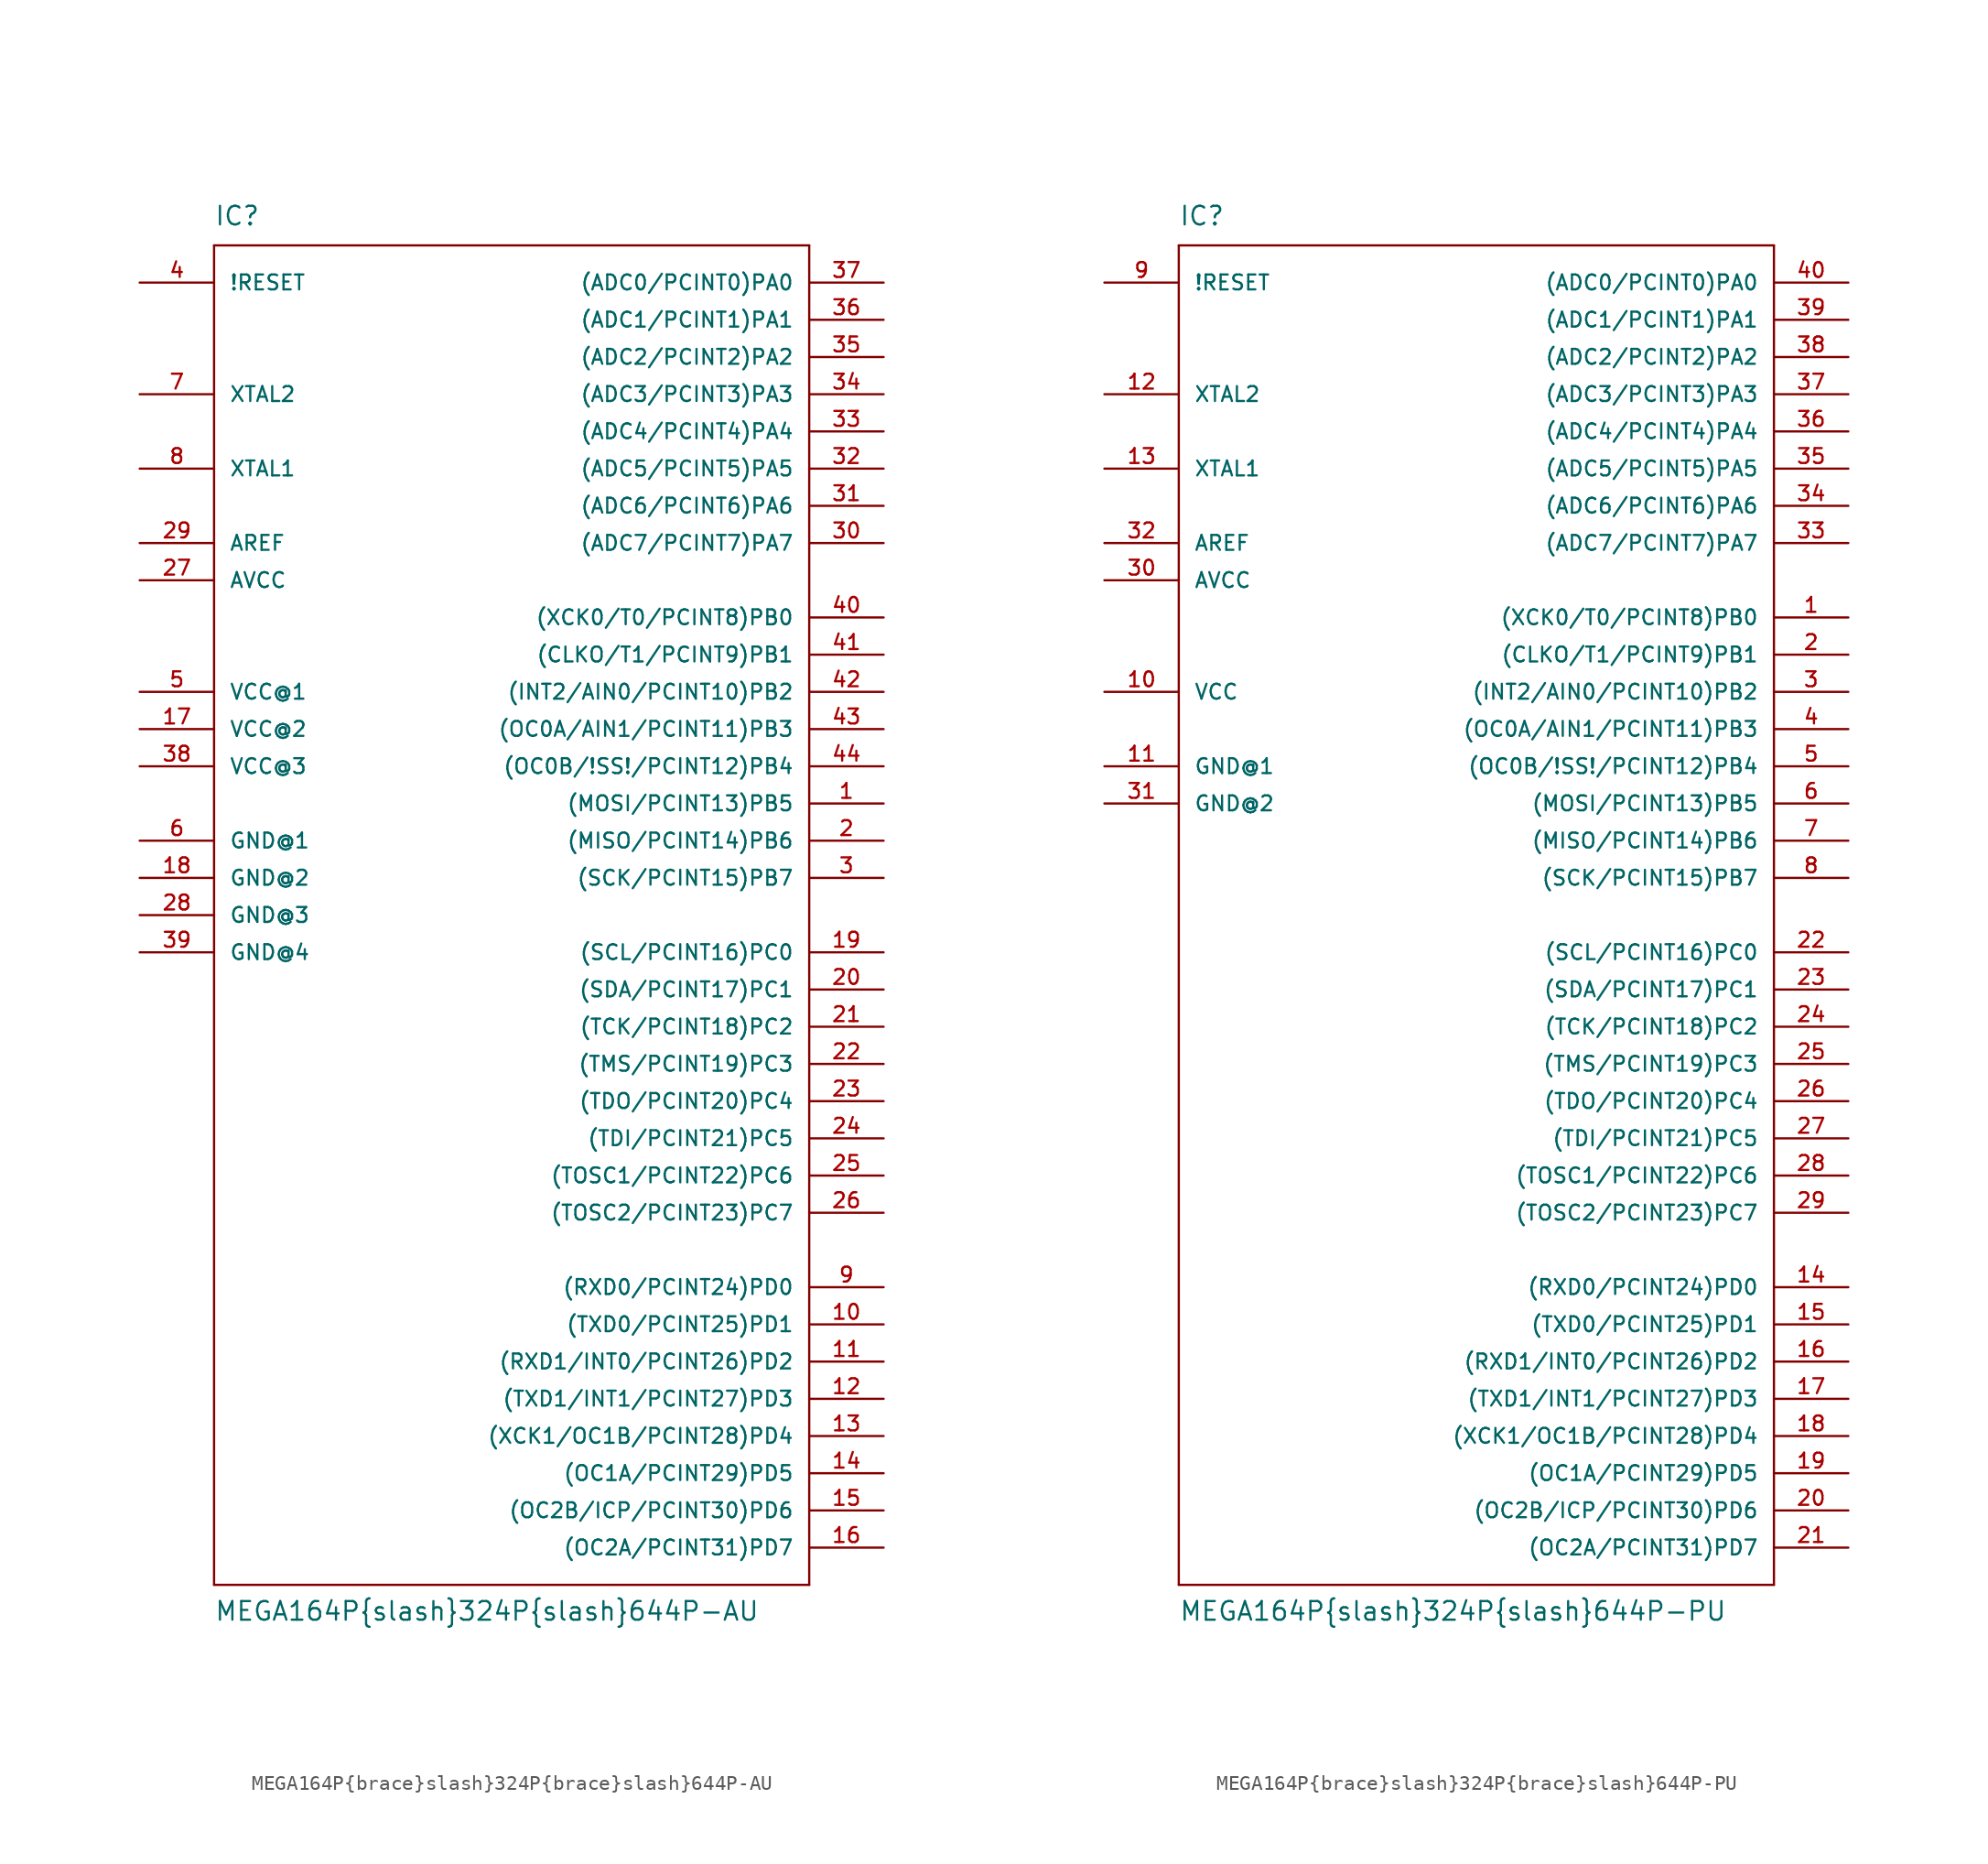
<source format=kicad_sym>
(kicad_symbol_lib
  (version 20211014)
  (generator kicad_symbol_editor)
  (symbol "MEGA164P{brace}slash}324P{brace}slash}644P-AU"
    (pin_names
      (offset 1.016))
    (property "Reference" "IC"
      (at -20.32 46.99 0)
      (effects (font (size 1.27 1.27)) (justify left bottom)))
    (property "Value" "MEGA164P{brace}slash}324P{brace}slash}644P-AU"
      (at -20.32 -48.26 0)
      (effects (font (size 1.27 1.27)) (justify left bottom)))
    (property "Footprint" ""
      (at 0 0 0)
      (effects (font (size 1.524 1.524))))
    (property "Datasheet" ""
      (at 0 0 0)
      (effects (font (size 1.524 1.524))))
    (property "ki_locked" ""
      (at 0 0 0)
      (effects (font (size 1.27 1.27))))
    (symbol "MEGA164P{brace}slash}324P{brace}slash}644P-AU_1_0"
      (polyline (pts (xy -20.32 -45.72) (xy -20.32 45.72)) (stroke (width 0) (type default) (color 0 0 0 0)) (fill (type none)))
      (polyline (pts (xy -20.32 45.72) (xy 20.32 45.72)) (stroke (width 0) (type default) (color 0 0 0 0)) (fill (type none)))
      (polyline (pts (xy 20.32 -45.72) (xy -20.32 -45.72)) (stroke (width 0) (type default) (color 0 0 0 0)) (fill (type none)))
      (polyline (pts (xy 20.32 45.72) (xy 20.32 -45.72)) (stroke (width 0) (type default) (color 0 0 0 0)) (fill (type none))))
    (symbol "MEGA164P{brace}slash}324P{brace}slash}644P-AU_1_1"
      (pin bidirectional line (at 25.4 7.62 180) (length 5.08) (name "(MOSI/PCINT13)PB5" (effects (font (size 1.016 1.016)))) (number "1" (effects (font (size 1.016 1.016)))))
      (pin bidirectional line (at 25.4 -27.94 180) (length 5.08) (name "(TXD0/PCINT25)PD1" (effects (font (size 1.016 1.016)))) (number "10" (effects (font (size 1.016 1.016)))))
      (pin bidirectional line (at 25.4 -30.48 180) (length 5.08) (name "(RXD1/INT0/PCINT26)PD2" (effects (font (size 1.016 1.016)))) (number "11" (effects (font (size 1.016 1.016)))))
      (pin bidirectional line (at 25.4 -33.02 180) (length 5.08) (name "(TXD1/INT1/PCINT27)PD3" (effects (font (size 1.016 1.016)))) (number "12" (effects (font (size 1.016 1.016)))))
      (pin bidirectional line (at 25.4 -35.56 180) (length 5.08) (name "(XCK1/OC1B/PCINT28)PD4" (effects (font (size 1.016 1.016)))) (number "13" (effects (font (size 1.016 1.016)))))
      (pin bidirectional line (at 25.4 -38.1 180) (length 5.08) (name "(OC1A/PCINT29)PD5" (effects (font (size 1.016 1.016)))) (number "14" (effects (font (size 1.016 1.016)))))
      (pin bidirectional line (at 25.4 -40.64 180) (length 5.08) (name "(OC2B/ICP/PCINT30)PD6" (effects (font (size 1.016 1.016)))) (number "15" (effects (font (size 1.016 1.016)))))
      (pin bidirectional line (at 25.4 -43.18 180) (length 5.08) (name "(OC2A/PCINT31)PD7" (effects (font (size 1.016 1.016)))) (number "16" (effects (font (size 1.016 1.016)))))
      (pin power_in line (at -25.4 12.7 0) (length 5.08) (name "VCC@2" (effects (font (size 1.016 1.016)))) (number "17" (effects (font (size 1.016 1.016)))))
      (pin power_in line (at -25.4 2.54 0) (length 5.08) (name "GND@2" (effects (font (size 1.016 1.016)))) (number "18" (effects (font (size 1.016 1.016)))))
      (pin bidirectional line (at 25.4 -2.54 180) (length 5.08) (name "(SCL/PCINT16)PC0" (effects (font (size 1.016 1.016)))) (number "19" (effects (font (size 1.016 1.016)))))
      (pin bidirectional line (at 25.4 5.08 180) (length 5.08) (name "(MISO/PCINT14)PB6" (effects (font (size 1.016 1.016)))) (number "2" (effects (font (size 1.016 1.016)))))
      (pin bidirectional line (at 25.4 -5.08 180) (length 5.08) (name "(SDA/PCINT17)PC1" (effects (font (size 1.016 1.016)))) (number "20" (effects (font (size 1.016 1.016)))))
      (pin bidirectional line (at 25.4 -7.62 180) (length 5.08) (name "(TCK/PCINT18)PC2" (effects (font (size 1.016 1.016)))) (number "21" (effects (font (size 1.016 1.016)))))
      (pin bidirectional line (at 25.4 -10.16 180) (length 5.08) (name "(TMS/PCINT19)PC3" (effects (font (size 1.016 1.016)))) (number "22" (effects (font (size 1.016 1.016)))))
      (pin bidirectional line (at 25.4 -12.7 180) (length 5.08) (name "(TDO/PCINT20)PC4" (effects (font (size 1.016 1.016)))) (number "23" (effects (font (size 1.016 1.016)))))
      (pin bidirectional line (at 25.4 -15.24 180) (length 5.08) (name "(TDI/PCINT21)PC5" (effects (font (size 1.016 1.016)))) (number "24" (effects (font (size 1.016 1.016)))))
      (pin bidirectional line (at 25.4 -17.78 180) (length 5.08) (name "(TOSC1/PCINT22)PC6" (effects (font (size 1.016 1.016)))) (number "25" (effects (font (size 1.016 1.016)))))
      (pin bidirectional line (at 25.4 -20.32 180) (length 5.08) (name "(TOSC2/PCINT23)PC7" (effects (font (size 1.016 1.016)))) (number "26" (effects (font (size 1.016 1.016)))))
      (pin power_in line (at -25.4 22.86 0) (length 5.08) (name "AVCC" (effects (font (size 1.016 1.016)))) (number "27" (effects (font (size 1.016 1.016)))))
      (pin power_in line (at -25.4 0 0) (length 5.08) (name "GND@3" (effects (font (size 1.016 1.016)))) (number "28" (effects (font (size 1.016 1.016)))))
      (pin power_in line (at -25.4 25.4 0) (length 5.08) (name "AREF" (effects (font (size 1.016 1.016)))) (number "29" (effects (font (size 1.016 1.016)))))
      (pin bidirectional line (at 25.4 2.54 180) (length 5.08) (name "(SCK/PCINT15)PB7" (effects (font (size 1.016 1.016)))) (number "3" (effects (font (size 1.016 1.016)))))
      (pin bidirectional line (at 25.4 25.4 180) (length 5.08) (name "(ADC7/PCINT7)PA7" (effects (font (size 1.016 1.016)))) (number "30" (effects (font (size 1.016 1.016)))))
      (pin bidirectional line (at 25.4 27.94 180) (length 5.08) (name "(ADC6/PCINT6)PA6" (effects (font (size 1.016 1.016)))) (number "31" (effects (font (size 1.016 1.016)))))
      (pin bidirectional line (at 25.4 30.48 180) (length 5.08) (name "(ADC5/PCINT5)PA5" (effects (font (size 1.016 1.016)))) (number "32" (effects (font (size 1.016 1.016)))))
      (pin bidirectional line (at 25.4 33.02 180) (length 5.08) (name "(ADC4/PCINT4)PA4" (effects (font (size 1.016 1.016)))) (number "33" (effects (font (size 1.016 1.016)))))
      (pin bidirectional line (at 25.4 35.56 180) (length 5.08) (name "(ADC3/PCINT3)PA3" (effects (font (size 1.016 1.016)))) (number "34" (effects (font (size 1.016 1.016)))))
      (pin bidirectional line (at 25.4 38.1 180) (length 5.08) (name "(ADC2/PCINT2)PA2" (effects (font (size 1.016 1.016)))) (number "35" (effects (font (size 1.016 1.016)))))
      (pin bidirectional line (at 25.4 40.64 180) (length 5.08) (name "(ADC1/PCINT1)PA1" (effects (font (size 1.016 1.016)))) (number "36" (effects (font (size 1.016 1.016)))))
      (pin bidirectional line (at 25.4 43.18 180) (length 5.08) (name "(ADC0/PCINT0)PA0" (effects (font (size 1.016 1.016)))) (number "37" (effects (font (size 1.016 1.016)))))
      (pin power_in line (at -25.4 10.16 0) (length 5.08) (name "VCC@3" (effects (font (size 1.016 1.016)))) (number "38" (effects (font (size 1.016 1.016)))))
      (pin power_in line (at -25.4 -2.54 0) (length 5.08) (name "GND@4" (effects (font (size 1.016 1.016)))) (number "39" (effects (font (size 1.016 1.016)))))
      (pin input line (at -25.4 43.18 0) (length 5.08) (name "!RESET" (effects (font (size 1.016 1.016)))) (number "4" (effects (font (size 1.016 1.016)))))
      (pin bidirectional line (at 25.4 20.32 180) (length 5.08) (name "(XCK0/T0/PCINT8)PB0" (effects (font (size 1.016 1.016)))) (number "40" (effects (font (size 1.016 1.016)))))
      (pin bidirectional line (at 25.4 17.78 180) (length 5.08) (name "(CLKO/T1/PCINT9)PB1" (effects (font (size 1.016 1.016)))) (number "41" (effects (font (size 1.016 1.016)))))
      (pin bidirectional line (at 25.4 15.24 180) (length 5.08) (name "(INT2/AIN0/PCINT10)PB2" (effects (font (size 1.016 1.016)))) (number "42" (effects (font (size 1.016 1.016)))))
      (pin bidirectional line (at 25.4 12.7 180) (length 5.08) (name "(OC0A/AIN1/PCINT11)PB3" (effects (font (size 1.016 1.016)))) (number "43" (effects (font (size 1.016 1.016)))))
      (pin bidirectional line (at 25.4 10.16 180) (length 5.08) (name "(OC0B/!SS!/PCINT12)PB4" (effects (font (size 1.016 1.016)))) (number "44" (effects (font (size 1.016 1.016)))))
      (pin power_in line (at -25.4 15.24 0) (length 5.08) (name "VCC@1" (effects (font (size 1.016 1.016)))) (number "5" (effects (font (size 1.016 1.016)))))
      (pin power_in line (at -25.4 5.08 0) (length 5.08) (name "GND@1" (effects (font (size 1.016 1.016)))) (number "6" (effects (font (size 1.016 1.016)))))
      (pin output line (at -25.4 35.56 0) (length 5.08) (name "XTAL2" (effects (font (size 1.016 1.016)))) (number "7" (effects (font (size 1.016 1.016)))))
      (pin input line (at -25.4 30.48 0) (length 5.08) (name "XTAL1" (effects (font (size 1.016 1.016)))) (number "8" (effects (font (size 1.016 1.016)))))
      (pin bidirectional line (at 25.4 -25.4 180) (length 5.08) (name "(RXD0/PCINT24)PD0" (effects (font (size 1.016 1.016)))) (number "9" (effects (font (size 1.016 1.016)))))))
  (symbol "MEGA164P{brace}slash}324P{brace}slash}644P-PU"
    (pin_names
      (offset 1.016))
    (property "Reference" "IC"
      (at -20.32 46.99 0)
      (effects (font (size 1.27 1.27)) (justify left bottom)))
    (property "Value" "MEGA164P{brace}slash}324P{brace}slash}644P-PU"
      (at -20.32 -48.26 0)
      (effects (font (size 1.27 1.27)) (justify left bottom)))
    (property "Datasheet" ""
      (at 0 0 0)
      (effects (font (size 1.524 1.524))))
    (property "ki_locked" ""
      (at 0 0 0)
      (effects (font (size 1.27 1.27))))
    (symbol "MEGA164P{brace}slash}324P{brace}slash}644P-PU_1_0"
      (polyline (pts (xy -20.32 -45.72) (xy -20.32 45.72)) (stroke (width 0) (type default) (color 0 0 0 0)) (fill (type none)))
      (polyline (pts (xy -20.32 45.72) (xy 20.32 45.72)) (stroke (width 0) (type default) (color 0 0 0 0)) (fill (type none)))
      (polyline (pts (xy 20.32 -45.72) (xy -20.32 -45.72)) (stroke (width 0) (type default) (color 0 0 0 0)) (fill (type none)))
      (polyline (pts (xy 20.32 45.72) (xy 20.32 -45.72)) (stroke (width 0) (type default) (color 0 0 0 0)) (fill (type none))))
    (symbol "MEGA164P{brace}slash}324P{brace}slash}644P-PU_1_1"
      (pin bidirectional line (at 25.4 20.32 180) (length 5.08) (name "(XCK0/T0/PCINT8)PB0" (effects (font (size 1.016 1.016)))) (number "1" (effects (font (size 1.016 1.016)))))
      (pin power_in line (at -25.4 15.24 0) (length 5.08) (name "VCC" (effects (font (size 1.016 1.016)))) (number "10" (effects (font (size 1.016 1.016)))))
      (pin power_in line (at -25.4 10.16 0) (length 5.08) (name "GND@1" (effects (font (size 1.016 1.016)))) (number "11" (effects (font (size 1.016 1.016)))))
      (pin output line (at -25.4 35.56 0) (length 5.08) (name "XTAL2" (effects (font (size 1.016 1.016)))) (number "12" (effects (font (size 1.016 1.016)))))
      (pin input line (at -25.4 30.48 0) (length 5.08) (name "XTAL1" (effects (font (size 1.016 1.016)))) (number "13" (effects (font (size 1.016 1.016)))))
      (pin bidirectional line (at 25.4 -25.4 180) (length 5.08) (name "(RXD0/PCINT24)PD0" (effects (font (size 1.016 1.016)))) (number "14" (effects (font (size 1.016 1.016)))))
      (pin bidirectional line (at 25.4 -27.94 180) (length 5.08) (name "(TXD0/PCINT25)PD1" (effects (font (size 1.016 1.016)))) (number "15" (effects (font (size 1.016 1.016)))))
      (pin bidirectional line (at 25.4 -30.48 180) (length 5.08) (name "(RXD1/INT0/PCINT26)PD2" (effects (font (size 1.016 1.016)))) (number "16" (effects (font (size 1.016 1.016)))))
      (pin bidirectional line (at 25.4 -33.02 180) (length 5.08) (name "(TXD1/INT1/PCINT27)PD3" (effects (font (size 1.016 1.016)))) (number "17" (effects (font (size 1.016 1.016)))))
      (pin bidirectional line (at 25.4 -35.56 180) (length 5.08) (name "(XCK1/OC1B/PCINT28)PD4" (effects (font (size 1.016 1.016)))) (number "18" (effects (font (size 1.016 1.016)))))
      (pin bidirectional line (at 25.4 -38.1 180) (length 5.08) (name "(OC1A/PCINT29)PD5" (effects (font (size 1.016 1.016)))) (number "19" (effects (font (size 1.016 1.016)))))
      (pin bidirectional line (at 25.4 17.78 180) (length 5.08) (name "(CLKO/T1/PCINT9)PB1" (effects (font (size 1.016 1.016)))) (number "2" (effects (font (size 1.016 1.016)))))
      (pin bidirectional line (at 25.4 -40.64 180) (length 5.08) (name "(OC2B/ICP/PCINT30)PD6" (effects (font (size 1.016 1.016)))) (number "20" (effects (font (size 1.016 1.016)))))
      (pin bidirectional line (at 25.4 -43.18 180) (length 5.08) (name "(OC2A/PCINT31)PD7" (effects (font (size 1.016 1.016)))) (number "21" (effects (font (size 1.016 1.016)))))
      (pin bidirectional line (at 25.4 -2.54 180) (length 5.08) (name "(SCL/PCINT16)PC0" (effects (font (size 1.016 1.016)))) (number "22" (effects (font (size 1.016 1.016)))))
      (pin bidirectional line (at 25.4 -5.08 180) (length 5.08) (name "(SDA/PCINT17)PC1" (effects (font (size 1.016 1.016)))) (number "23" (effects (font (size 1.016 1.016)))))
      (pin bidirectional line (at 25.4 -7.62 180) (length 5.08) (name "(TCK/PCINT18)PC2" (effects (font (size 1.016 1.016)))) (number "24" (effects (font (size 1.016 1.016)))))
      (pin bidirectional line (at 25.4 -10.16 180) (length 5.08) (name "(TMS/PCINT19)PC3" (effects (font (size 1.016 1.016)))) (number "25" (effects (font (size 1.016 1.016)))))
      (pin bidirectional line (at 25.4 -12.7 180) (length 5.08) (name "(TDO/PCINT20)PC4" (effects (font (size 1.016 1.016)))) (number "26" (effects (font (size 1.016 1.016)))))
      (pin bidirectional line (at 25.4 -15.24 180) (length 5.08) (name "(TDI/PCINT21)PC5" (effects (font (size 1.016 1.016)))) (number "27" (effects (font (size 1.016 1.016)))))
      (pin bidirectional line (at 25.4 -17.78 180) (length 5.08) (name "(TOSC1/PCINT22)PC6" (effects (font (size 1.016 1.016)))) (number "28" (effects (font (size 1.016 1.016)))))
      (pin bidirectional line (at 25.4 -20.32 180) (length 5.08) (name "(TOSC2/PCINT23)PC7" (effects (font (size 1.016 1.016)))) (number "29" (effects (font (size 1.016 1.016)))))
      (pin bidirectional line (at 25.4 15.24 180) (length 5.08) (name "(INT2/AIN0/PCINT10)PB2" (effects (font (size 1.016 1.016)))) (number "3" (effects (font (size 1.016 1.016)))))
      (pin power_in line (at -25.4 22.86 0) (length 5.08) (name "AVCC" (effects (font (size 1.016 1.016)))) (number "30" (effects (font (size 1.016 1.016)))))
      (pin power_in line (at -25.4 7.62 0) (length 5.08) (name "GND@2" (effects (font (size 1.016 1.016)))) (number "31" (effects (font (size 1.016 1.016)))))
      (pin power_in line (at -25.4 25.4 0) (length 5.08) (name "AREF" (effects (font (size 1.016 1.016)))) (number "32" (effects (font (size 1.016 1.016)))))
      (pin bidirectional line (at 25.4 25.4 180) (length 5.08) (name "(ADC7/PCINT7)PA7" (effects (font (size 1.016 1.016)))) (number "33" (effects (font (size 1.016 1.016)))))
      (pin bidirectional line (at 25.4 27.94 180) (length 5.08) (name "(ADC6/PCINT6)PA6" (effects (font (size 1.016 1.016)))) (number "34" (effects (font (size 1.016 1.016)))))
      (pin bidirectional line (at 25.4 30.48 180) (length 5.08) (name "(ADC5/PCINT5)PA5" (effects (font (size 1.016 1.016)))) (number "35" (effects (font (size 1.016 1.016)))))
      (pin bidirectional line (at 25.4 33.02 180) (length 5.08) (name "(ADC4/PCINT4)PA4" (effects (font (size 1.016 1.016)))) (number "36" (effects (font (size 1.016 1.016)))))
      (pin bidirectional line (at 25.4 35.56 180) (length 5.08) (name "(ADC3/PCINT3)PA3" (effects (font (size 1.016 1.016)))) (number "37" (effects (font (size 1.016 1.016)))))
      (pin bidirectional line (at 25.4 38.1 180) (length 5.08) (name "(ADC2/PCINT2)PA2" (effects (font (size 1.016 1.016)))) (number "38" (effects (font (size 1.016 1.016)))))
      (pin bidirectional line (at 25.4 40.64 180) (length 5.08) (name "(ADC1/PCINT1)PA1" (effects (font (size 1.016 1.016)))) (number "39" (effects (font (size 1.016 1.016)))))
      (pin bidirectional line (at 25.4 12.7 180) (length 5.08) (name "(OC0A/AIN1/PCINT11)PB3" (effects (font (size 1.016 1.016)))) (number "4" (effects (font (size 1.016 1.016)))))
      (pin bidirectional line (at 25.4 43.18 180) (length 5.08) (name "(ADC0/PCINT0)PA0" (effects (font (size 1.016 1.016)))) (number "40" (effects (font (size 1.016 1.016)))))
      (pin bidirectional line (at 25.4 10.16 180) (length 5.08) (name "(OC0B/!SS!/PCINT12)PB4" (effects (font (size 1.016 1.016)))) (number "5" (effects (font (size 1.016 1.016)))))
      (pin bidirectional line (at 25.4 7.62 180) (length 5.08) (name "(MOSI/PCINT13)PB5" (effects (font (size 1.016 1.016)))) (number "6" (effects (font (size 1.016 1.016)))))
      (pin bidirectional line (at 25.4 5.08 180) (length 5.08) (name "(MISO/PCINT14)PB6" (effects (font (size 1.016 1.016)))) (number "7" (effects (font (size 1.016 1.016)))))
      (pin bidirectional line (at 25.4 2.54 180) (length 5.08) (name "(SCK/PCINT15)PB7" (effects (font (size 1.016 1.016)))) (number "8" (effects (font (size 1.016 1.016)))))
      (pin input line (at -25.4 43.18 0) (length 5.08) (name "!RESET" (effects (font (size 1.016 1.016)))) (number "9" (effects (font (size 1.016 1.016))))))))
</source>
